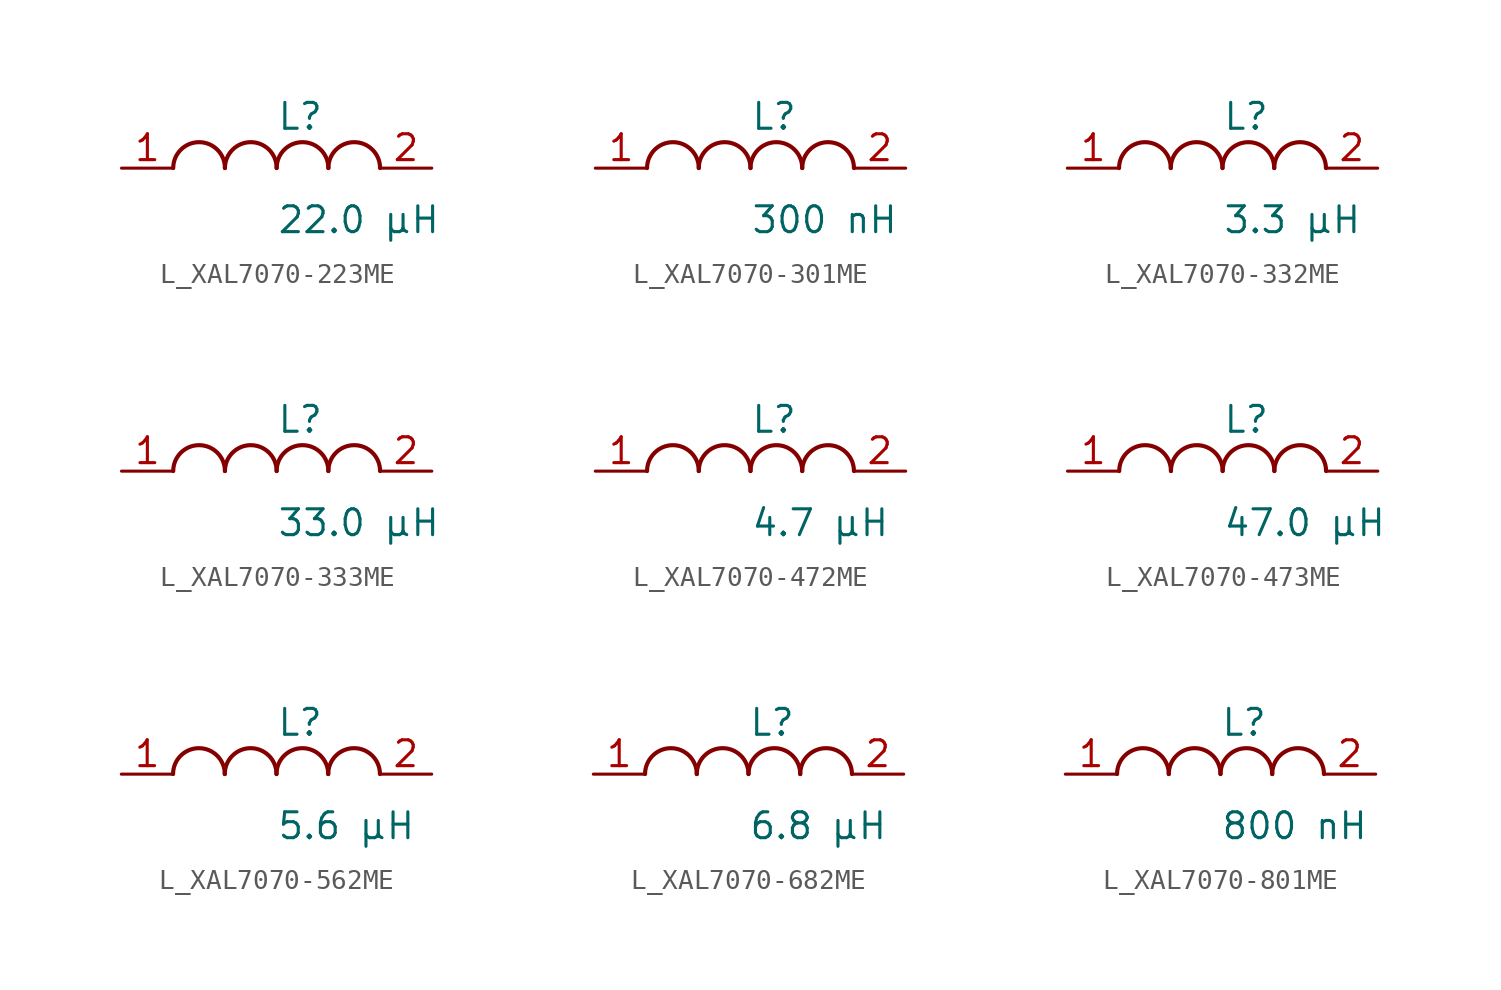
<source format=kicad_sym>
(kicad_symbol_lib
  (version 20231120)
  (generator kicad_symbol_editor)
  (generator_version 8.0)
  (symbol "L_XAL7070-223ME"
    (pin_names
      (offset 0.254))
    (property "Reference" "L"
      (at 0 2.54 0)
      (effects (font (size 1.27 1.27)) (justify left)))
    (property "Value" "22.0 µH"
      (at 0 -2.54 0)
      (effects (font (size 1.27 1.27)) (justify left)))
    (symbol "L_XAL7070-223ME_1_1"
      (arc (start -2.54 0.0056) (mid -3.81 1.27) (end -5.08 0.0056) (stroke (width 0.2032) (type default)) (fill (type none)))
      (arc (start 0 0.0056) (mid -1.27 1.27) (end -2.54 0.0056) (stroke (width 0.2032) (type default)) (fill (type none)))
      (arc (start 2.54 0.0056) (mid 1.27 1.27) (end 0 0.0056) (stroke (width 0.2032) (type default)) (fill (type none)))
      (arc (start 5.08 0.0056) (mid 3.81 1.27) (end 2.54 0.0056) (stroke (width 0.2032) (type default)) (fill (type none)))
      (pin passive line (at -7.62 0 0) (length 2.54) (name "" (effects (font (size 1.27 1.27)))) (number "1" (effects (font (size 1.27 1.27)))))
      (pin passive line (at 7.62 0 180) (length 2.54) (name "" (effects (font (size 1.27 1.27)))) (number "2" (effects (font (size 1.27 1.27)))))))
  (symbol "L_XAL7070-301ME"
    (pin_names
      (offset 0.254))
    (property "Reference" "L"
      (at 0 2.54 0)
      (effects (font (size 1.27 1.27)) (justify left)))
    (property "Value" "300 nH"
      (at 0 -2.54 0)
      (effects (font (size 1.27 1.27)) (justify left)))
    (symbol "L_XAL7070-301ME_1_1"
      (arc (start -2.54 0.0056) (mid -3.81 1.27) (end -5.08 0.0056) (stroke (width 0.2032) (type default)) (fill (type none)))
      (arc (start 0 0.0056) (mid -1.27 1.27) (end -2.54 0.0056) (stroke (width 0.2032) (type default)) (fill (type none)))
      (arc (start 2.54 0.0056) (mid 1.27 1.27) (end 0 0.0056) (stroke (width 0.2032) (type default)) (fill (type none)))
      (arc (start 5.08 0.0056) (mid 3.81 1.27) (end 2.54 0.0056) (stroke (width 0.2032) (type default)) (fill (type none)))
      (pin passive line (at -7.62 0 0) (length 2.54) (name "" (effects (font (size 1.27 1.27)))) (number "1" (effects (font (size 1.27 1.27)))))
      (pin passive line (at 7.62 0 180) (length 2.54) (name "" (effects (font (size 1.27 1.27)))) (number "2" (effects (font (size 1.27 1.27)))))))
  (symbol "L_XAL7070-332ME"
    (pin_names
      (offset 0.254))
    (property "Reference" "L"
      (at 0 2.54 0)
      (effects (font (size 1.27 1.27)) (justify left)))
    (property "Value" "3.3 µH"
      (at 0 -2.54 0)
      (effects (font (size 1.27 1.27)) (justify left)))
    (symbol "L_XAL7070-332ME_1_1"
      (arc (start -2.54 0.0056) (mid -3.81 1.27) (end -5.08 0.0056) (stroke (width 0.2032) (type default)) (fill (type none)))
      (arc (start 0 0.0056) (mid -1.27 1.27) (end -2.54 0.0056) (stroke (width 0.2032) (type default)) (fill (type none)))
      (arc (start 2.54 0.0056) (mid 1.27 1.27) (end 0 0.0056) (stroke (width 0.2032) (type default)) (fill (type none)))
      (arc (start 5.08 0.0056) (mid 3.81 1.27) (end 2.54 0.0056) (stroke (width 0.2032) (type default)) (fill (type none)))
      (pin passive line (at -7.62 0 0) (length 2.54) (name "" (effects (font (size 1.27 1.27)))) (number "1" (effects (font (size 1.27 1.27)))))
      (pin passive line (at 7.62 0 180) (length 2.54) (name "" (effects (font (size 1.27 1.27)))) (number "2" (effects (font (size 1.27 1.27)))))))
  (symbol "L_XAL7070-333ME"
    (pin_names
      (offset 0.254))
    (property "Reference" "L"
      (at 0 2.54 0)
      (effects (font (size 1.27 1.27)) (justify left)))
    (property "Value" "33.0 µH"
      (at 0 -2.54 0)
      (effects (font (size 1.27 1.27)) (justify left)))
    (symbol "L_XAL7070-333ME_1_1"
      (arc (start -2.54 0.0056) (mid -3.81 1.27) (end -5.08 0.0056) (stroke (width 0.2032) (type default)) (fill (type none)))
      (arc (start 0 0.0056) (mid -1.27 1.27) (end -2.54 0.0056) (stroke (width 0.2032) (type default)) (fill (type none)))
      (arc (start 2.54 0.0056) (mid 1.27 1.27) (end 0 0.0056) (stroke (width 0.2032) (type default)) (fill (type none)))
      (arc (start 5.08 0.0056) (mid 3.81 1.27) (end 2.54 0.0056) (stroke (width 0.2032) (type default)) (fill (type none)))
      (pin passive line (at -7.62 0 0) (length 2.54) (name "" (effects (font (size 1.27 1.27)))) (number "1" (effects (font (size 1.27 1.27)))))
      (pin passive line (at 7.62 0 180) (length 2.54) (name "" (effects (font (size 1.27 1.27)))) (number "2" (effects (font (size 1.27 1.27)))))))
  (symbol "L_XAL7070-472ME"
    (pin_names
      (offset 0.254))
    (property "Reference" "L"
      (at 0 2.54 0)
      (effects (font (size 1.27 1.27)) (justify left)))
    (property "Value" "4.7 µH"
      (at 0 -2.54 0)
      (effects (font (size 1.27 1.27)) (justify left)))
    (symbol "L_XAL7070-472ME_1_1"
      (arc (start -2.54 0.0056) (mid -3.81 1.27) (end -5.08 0.0056) (stroke (width 0.2032) (type default)) (fill (type none)))
      (arc (start 0 0.0056) (mid -1.27 1.27) (end -2.54 0.0056) (stroke (width 0.2032) (type default)) (fill (type none)))
      (arc (start 2.54 0.0056) (mid 1.27 1.27) (end 0 0.0056) (stroke (width 0.2032) (type default)) (fill (type none)))
      (arc (start 5.08 0.0056) (mid 3.81 1.27) (end 2.54 0.0056) (stroke (width 0.2032) (type default)) (fill (type none)))
      (pin passive line (at -7.62 0 0) (length 2.54) (name "" (effects (font (size 1.27 1.27)))) (number "1" (effects (font (size 1.27 1.27)))))
      (pin passive line (at 7.62 0 180) (length 2.54) (name "" (effects (font (size 1.27 1.27)))) (number "2" (effects (font (size 1.27 1.27)))))))
  (symbol "L_XAL7070-473ME"
    (pin_names
      (offset 0.254))
    (property "Reference" "L"
      (at 0 2.54 0)
      (effects (font (size 1.27 1.27)) (justify left)))
    (property "Value" "47.0 µH"
      (at 0 -2.54 0)
      (effects (font (size 1.27 1.27)) (justify left)))
    (symbol "L_XAL7070-473ME_1_1"
      (arc (start -2.54 0.0056) (mid -3.81 1.27) (end -5.08 0.0056) (stroke (width 0.2032) (type default)) (fill (type none)))
      (arc (start 0 0.0056) (mid -1.27 1.27) (end -2.54 0.0056) (stroke (width 0.2032) (type default)) (fill (type none)))
      (arc (start 2.54 0.0056) (mid 1.27 1.27) (end 0 0.0056) (stroke (width 0.2032) (type default)) (fill (type none)))
      (arc (start 5.08 0.0056) (mid 3.81 1.27) (end 2.54 0.0056) (stroke (width 0.2032) (type default)) (fill (type none)))
      (pin passive line (at -7.62 0 0) (length 2.54) (name "" (effects (font (size 1.27 1.27)))) (number "1" (effects (font (size 1.27 1.27)))))
      (pin passive line (at 7.62 0 180) (length 2.54) (name "" (effects (font (size 1.27 1.27)))) (number "2" (effects (font (size 1.27 1.27)))))))
  (symbol "L_XAL7070-562ME"
    (pin_names
      (offset 0.254))
    (property "Reference" "L"
      (at 0 2.54 0)
      (effects (font (size 1.27 1.27)) (justify left)))
    (property "Value" "5.6 µH"
      (at 0 -2.54 0)
      (effects (font (size 1.27 1.27)) (justify left)))
    (symbol "L_XAL7070-562ME_1_1"
      (arc (start -2.54 0.0056) (mid -3.81 1.27) (end -5.08 0.0056) (stroke (width 0.2032) (type default)) (fill (type none)))
      (arc (start 0 0.0056) (mid -1.27 1.27) (end -2.54 0.0056) (stroke (width 0.2032) (type default)) (fill (type none)))
      (arc (start 2.54 0.0056) (mid 1.27 1.27) (end 0 0.0056) (stroke (width 0.2032) (type default)) (fill (type none)))
      (arc (start 5.08 0.0056) (mid 3.81 1.27) (end 2.54 0.0056) (stroke (width 0.2032) (type default)) (fill (type none)))
      (pin passive line (at -7.62 0 0) (length 2.54) (name "" (effects (font (size 1.27 1.27)))) (number "1" (effects (font (size 1.27 1.27)))))
      (pin passive line (at 7.62 0 180) (length 2.54) (name "" (effects (font (size 1.27 1.27)))) (number "2" (effects (font (size 1.27 1.27)))))))
  (symbol "L_XAL7070-682ME"
    (pin_names
      (offset 0.254))
    (property "Reference" "L"
      (at 0 2.54 0)
      (effects (font (size 1.27 1.27)) (justify left)))
    (property "Value" "6.8 µH"
      (at 0 -2.54 0)
      (effects (font (size 1.27 1.27)) (justify left)))
    (symbol "L_XAL7070-682ME_1_1"
      (arc (start -2.54 0.0056) (mid -3.81 1.27) (end -5.08 0.0056) (stroke (width 0.2032) (type default)) (fill (type none)))
      (arc (start 0 0.0056) (mid -1.27 1.27) (end -2.54 0.0056) (stroke (width 0.2032) (type default)) (fill (type none)))
      (arc (start 2.54 0.0056) (mid 1.27 1.27) (end 0 0.0056) (stroke (width 0.2032) (type default)) (fill (type none)))
      (arc (start 5.08 0.0056) (mid 3.81 1.27) (end 2.54 0.0056) (stroke (width 0.2032) (type default)) (fill (type none)))
      (pin passive line (at -7.62 0 0) (length 2.54) (name "" (effects (font (size 1.27 1.27)))) (number "1" (effects (font (size 1.27 1.27)))))
      (pin passive line (at 7.62 0 180) (length 2.54) (name "" (effects (font (size 1.27 1.27)))) (number "2" (effects (font (size 1.27 1.27)))))))
  (symbol "L_XAL7070-801ME"
    (pin_names
      (offset 0.254))
    (property "Reference" "L"
      (at 0 2.54 0)
      (effects (font (size 1.27 1.27)) (justify left)))
    (property "Value" "800 nH"
      (at 0 -2.54 0)
      (effects (font (size 1.27 1.27)) (justify left)))
    (symbol "L_XAL7070-801ME_1_1"
      (arc (start -2.54 0.0056) (mid -3.81 1.27) (end -5.08 0.0056) (stroke (width 0.2032) (type default)) (fill (type none)))
      (arc (start 0 0.0056) (mid -1.27 1.27) (end -2.54 0.0056) (stroke (width 0.2032) (type default)) (fill (type none)))
      (arc (start 2.54 0.0056) (mid 1.27 1.27) (end 0 0.0056) (stroke (width 0.2032) (type default)) (fill (type none)))
      (arc (start 5.08 0.0056) (mid 3.81 1.27) (end 2.54 0.0056) (stroke (width 0.2032) (type default)) (fill (type none)))
      (pin passive line (at -7.62 0 0) (length 2.54) (name "" (effects (font (size 1.27 1.27)))) (number "1" (effects (font (size 1.27 1.27)))))
      (pin passive line (at 7.62 0 180) (length 2.54) (name "" (effects (font (size 1.27 1.27)))) (number "2" (effects (font (size 1.27 1.27))))))))
</source>
